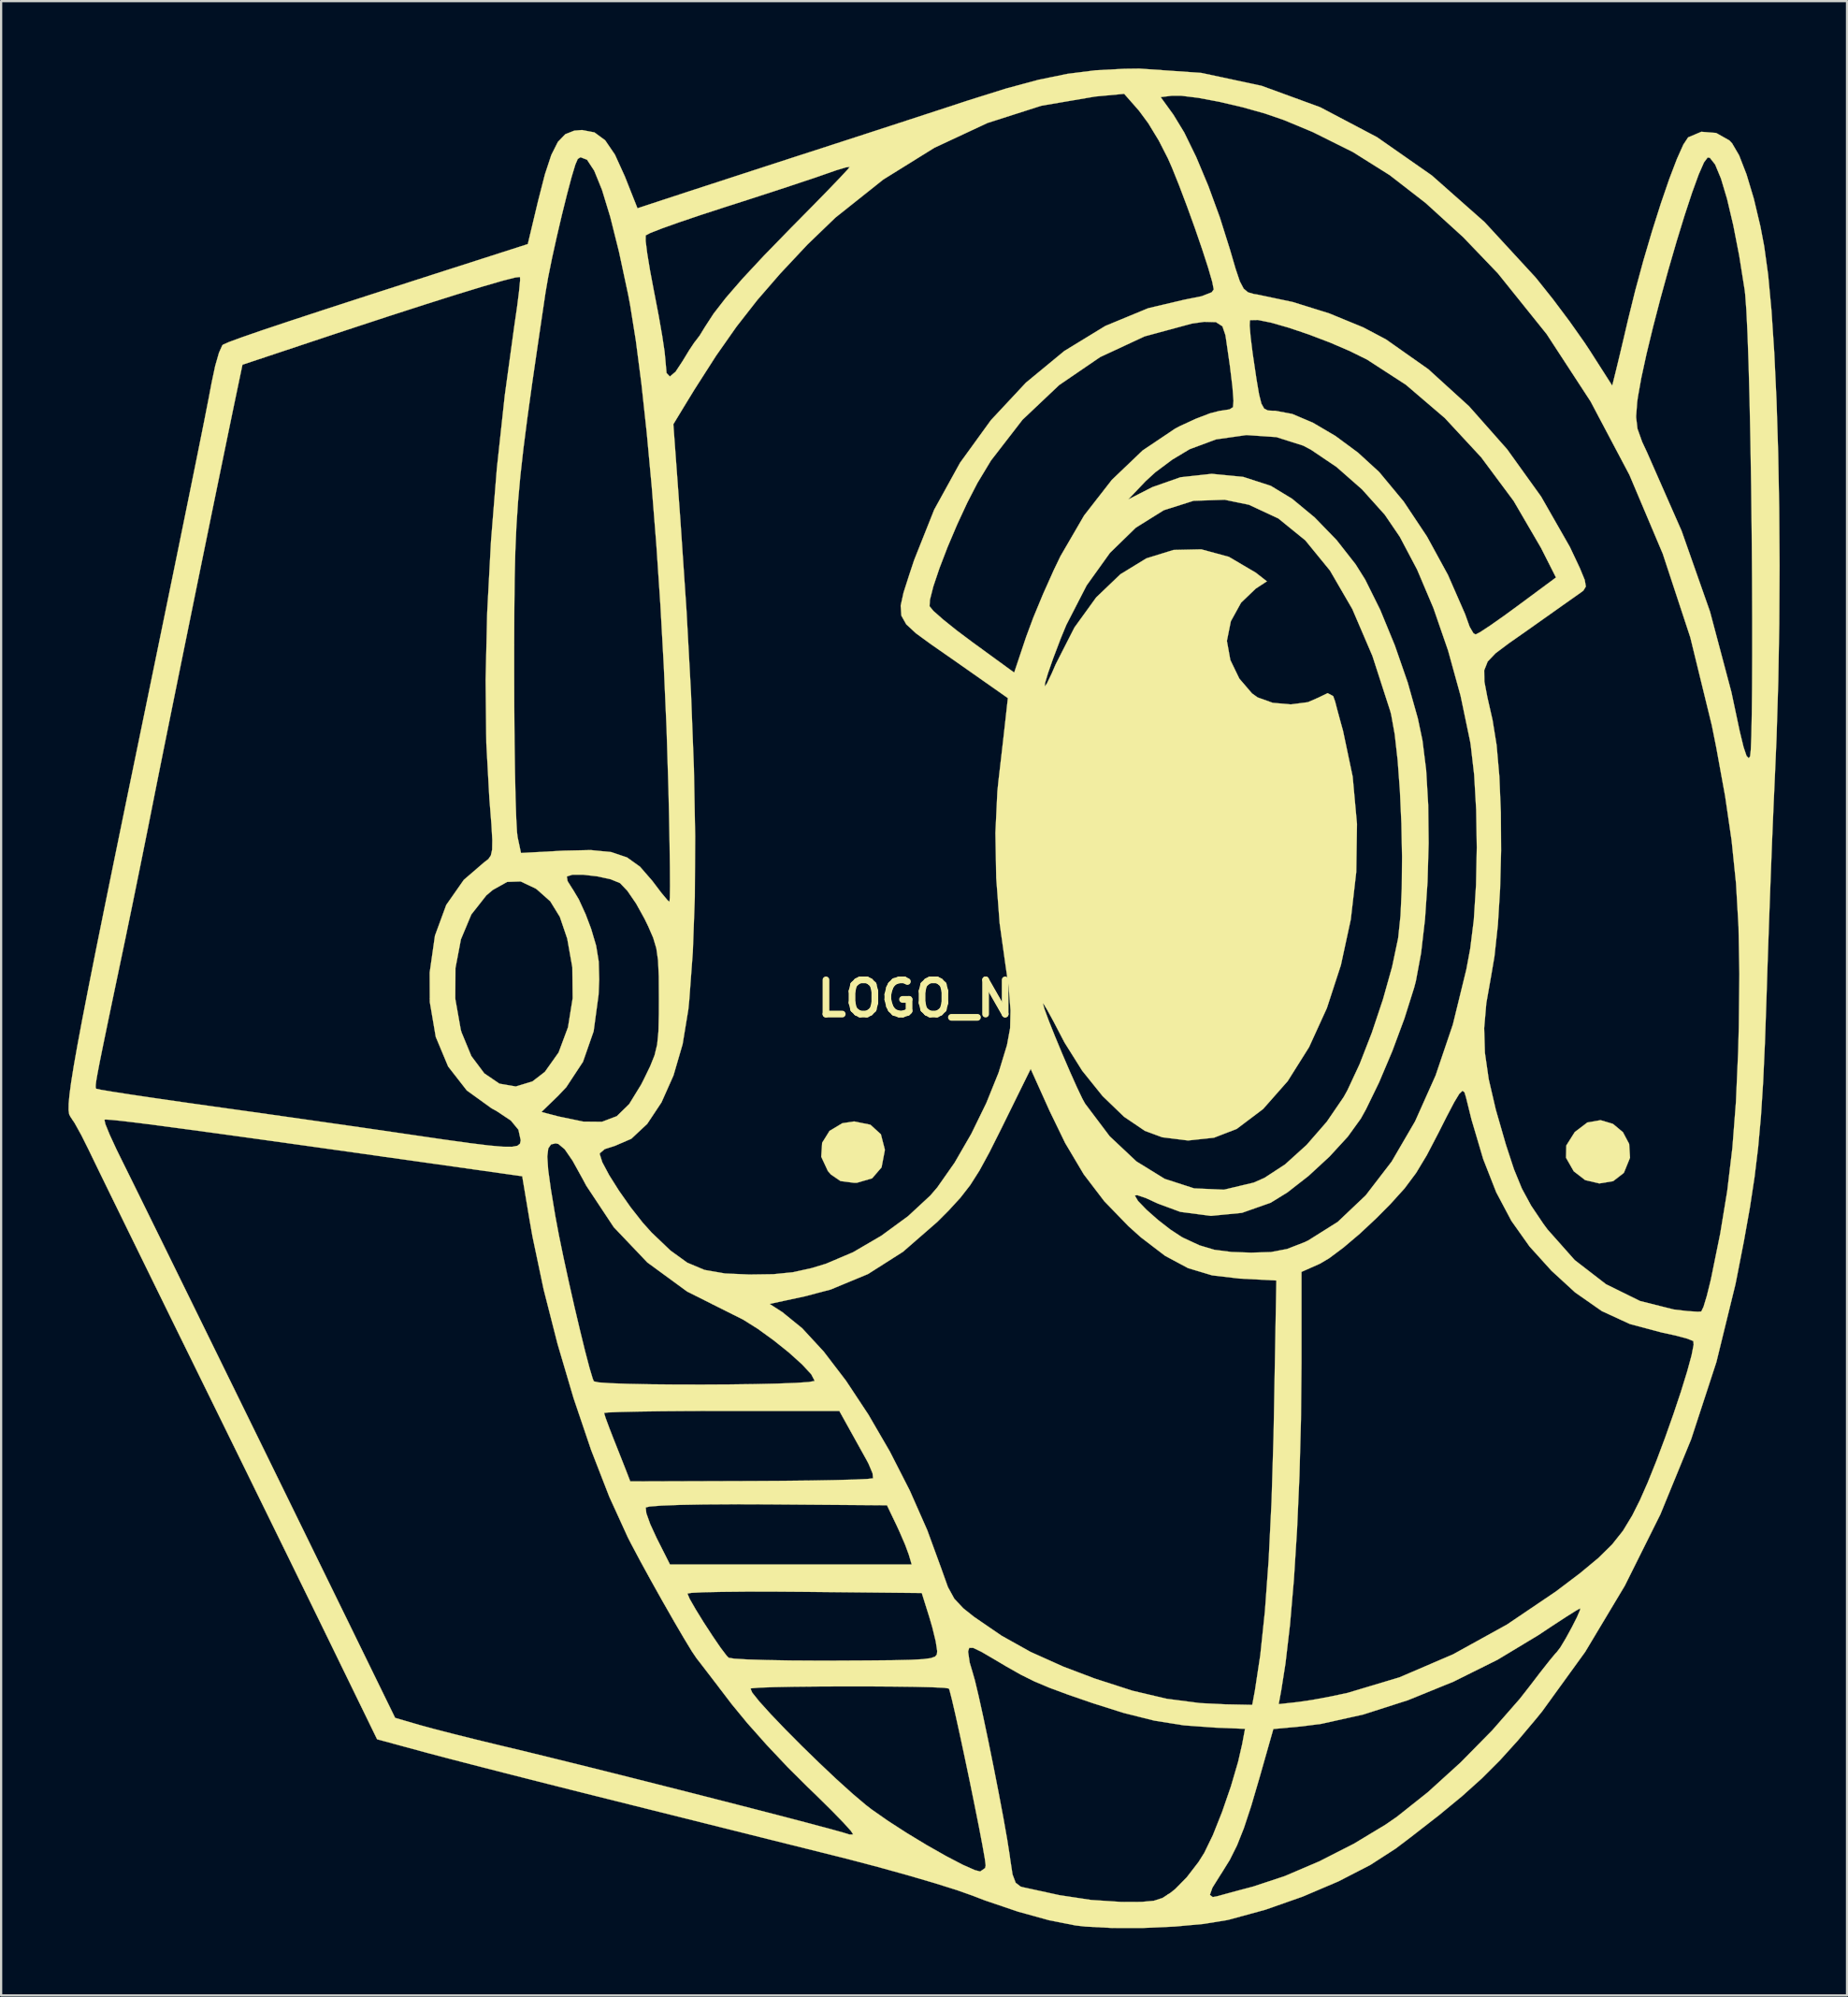
<source format=kicad_pcb>
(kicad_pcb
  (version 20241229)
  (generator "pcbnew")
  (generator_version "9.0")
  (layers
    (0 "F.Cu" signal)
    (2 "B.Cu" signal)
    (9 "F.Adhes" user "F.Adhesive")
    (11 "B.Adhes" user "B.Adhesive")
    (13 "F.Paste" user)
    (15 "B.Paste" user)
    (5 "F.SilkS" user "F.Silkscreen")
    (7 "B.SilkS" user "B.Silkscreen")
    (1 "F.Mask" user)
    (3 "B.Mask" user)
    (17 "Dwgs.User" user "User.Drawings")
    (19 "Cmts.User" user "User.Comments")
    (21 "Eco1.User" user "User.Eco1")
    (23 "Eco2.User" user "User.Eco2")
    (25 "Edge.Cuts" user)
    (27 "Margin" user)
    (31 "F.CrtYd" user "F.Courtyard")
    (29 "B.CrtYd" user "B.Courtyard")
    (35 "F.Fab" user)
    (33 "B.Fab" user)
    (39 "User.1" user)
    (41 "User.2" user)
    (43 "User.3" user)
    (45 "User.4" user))
  (footprint "LOGO_NEW"
    (layer "F.Cu")
    (at 39.295 41.427)
    (property "Reference" "LOGO_NEW" (at 0 0 0) (layer "F.SilkS") (effects (font (size 1.524 1.524) (thickness 0.3))))
    (attr through_hole)
    (fp_poly (pts (xy -3.57 5.619) (xy -3.105 6.043) (xy -2.931 6.717) (xy -2.931 6.762) (xy -3.075 7.518) (xy -3.494 8.005) (xy -4.171 8.203) (xy -4.295 8.206) (xy -4.905 8.127) (xy -5.336 7.832) (xy -5.468 7.677) (xy -5.762 7.045) (xy -5.721 6.42) (xy -5.393 5.892) (xy -4.823 5.551) (xy -4.298 5.471) (xy -3.57 5.619)) (stroke (width 0.01) (type solid)) (fill yes) (layer "F.SilkS"))
    (fp_poly (pts (xy 29.504 5.579) (xy 29.951 5.95) (xy 30.228 6.472) (xy 30.266 7.089) (xy 30 7.744) (xy 29.98 7.772) (xy 29.516 8.131) (xy 28.898 8.233) (xy 28.266 8.083) (xy 27.759 7.691) (xy 27.415 7.089) (xy 27.428 6.542) (xy 27.801 5.95) (xy 27.81 5.939) (xy 28.366 5.517) (xy 28.953 5.415) (xy 29.504 5.579)) (stroke (width 0.01) (type solid)) (fill yes) (layer "F.SilkS"))
    (fp_poly (pts (xy 11.167 -41.23) (xy 13.855 -40.655) (xy 16.466 -39.701) (xy 18.995 -38.369) (xy 21.438 -36.663) (xy 23.789 -34.584) (xy 26.045 -32.135) (xy 26.122 -32.043) (xy 26.832 -31.153) (xy 27.575 -30.162) (xy 28.234 -29.228) (xy 28.489 -28.842) (xy 29.474 -27.301) (xy 29.662 -28.06) (xy 29.802 -28.64) (xy 29.989 -29.429) (xy 30.183 -30.257) (xy 30.5 -31.541) (xy 30.861 -32.868) (xy 31.247 -34.177) (xy 31.638 -35.409) (xy 32.014 -36.503) (xy 32.356 -37.399) (xy 32.642 -38.038) (xy 32.854 -38.358) (xy 32.857 -38.36) (xy 33.443 -38.608) (xy 34.104 -38.555) (xy 34.692 -38.223) (xy 34.812 -38.096) (xy 35.126 -37.559) (xy 35.456 -36.71) (xy 35.781 -35.628) (xy 36.075 -34.391) (xy 36.243 -33.508) (xy 36.418 -32.244) (xy 36.568 -30.641) (xy 36.693 -28.747) (xy 36.793 -26.615) (xy 36.866 -24.294) (xy 36.911 -21.834) (xy 36.928 -19.286) (xy 36.914 -16.699) (xy 36.87 -14.126) (xy 36.793 -11.615) (xy 36.722 -9.965) (xy 36.663 -8.659) (xy 36.596 -7.066) (xy 36.527 -5.287) (xy 36.459 -3.427) (xy 36.395 -1.588) (xy 36.347 -0.098) (xy 36.276 1.962) (xy 36.196 3.714) (xy 36.098 5.242) (xy 35.973 6.629) (xy 35.812 7.959) (xy 35.605 9.314) (xy 35.344 10.779) (xy 35.02 12.437) (xy 34.962 12.727) (xy 34.113 16.192) (xy 32.989 19.629) (xy 31.619 22.971) (xy 30.035 26.15) (xy 28.268 29.1) (xy 26.348 31.752) (xy 26.112 32.043) (xy 25.262 33.053) (xy 24.472 33.926) (xy 23.67 34.728) (xy 22.787 35.522) (xy 21.752 36.375) (xy 20.496 37.352) (xy 19.83 37.856) (xy 18.695 38.589) (xy 17.279 39.318) (xy 15.688 39.996) (xy 14.029 40.579) (xy 12.409 41.022) (xy 12.309 41.045) (xy 11.273 41.213) (xy 9.986 41.331) (xy 8.588 41.393) (xy 7.217 41.395) (xy 6.011 41.332) (xy 5.568 41.282) (xy 4.392 41.051) (xy 3.001 40.666) (xy 1.526 40.165) (xy 0.977 39.954) (xy 0.282 39.708) (xy -0.708 39.397) (xy -1.909 39.045) (xy -3.235 38.677) (xy -4.601 38.318) (xy -4.982 38.222) (xy -6.343 37.882) (xy -7.982 37.473) (xy -9.797 37.019) (xy -11.687 36.546) (xy -13.552 36.08) (xy -15.24 35.658) (xy -16.833 35.259) (xy -18.414 34.859) (xy -19.914 34.478) (xy -21.262 34.132) (xy -22.388 33.84) (xy -23.222 33.62) (xy -23.373 33.579) (xy -25.547 32.989) (xy -27.61 28.755) (xy -28.143 27.662) (xy -28.819 26.28) (xy -29.606 24.671) (xy -30.476 22.897) (xy -31.397 21.018) (xy -32.34 19.097) (xy -33.274 17.196) (xy -33.755 16.217) (xy -34.6 14.498) (xy -35.409 12.848) (xy -36.163 11.31) (xy -36.842 9.923) (xy -37.426 8.73) (xy -37.895 7.769) (xy -38.228 7.083) (xy -38.393 6.741) (xy -38.721 6.084) (xy -39.023 5.54) (xy -39.12 5.394) (xy -37.695 5.394) (xy -37.65 5.592) (xy -37.461 6.056) (xy -37.162 6.704) (xy -36.975 7.085) (xy -36.706 7.628) (xy -36.283 8.485) (xy -35.725 9.619) (xy -35.049 10.993) (xy -34.275 12.57) (xy -33.42 14.312) (xy -32.502 16.183) (xy -31.54 18.145) (xy -30.551 20.162) (xy -29.555 22.196) (xy -28.569 24.211) (xy -27.611 26.169) (xy -26.77 27.888) (xy -24.743 32.036) (xy -23.655 32.353) (xy -23.056 32.517) (xy -22.184 32.742) (xy -21.147 33.001) (xy -20.054 33.266) (xy -19.832 33.319) (xy -18.782 33.571) (xy -17.538 33.876) (xy -16.148 34.22) (xy -14.659 34.592) (xy -13.117 34.981) (xy -11.569 35.373) (xy -10.063 35.758) (xy -8.645 36.122) (xy -7.363 36.454) (xy -6.263 36.743) (xy -5.393 36.975) (xy -4.799 37.14) (xy -4.528 37.224) (xy -4.517 37.23) (xy -4.339 37.229) (xy -4.441 37.07) (xy -4.781 36.694) (xy -5.313 36.148) (xy -5.989 35.481) (xy -6.356 35.128) (xy -7.257 34.232) (xy -8.193 33.24) (xy -9.058 32.267) (xy -9.747 31.429) (xy -9.801 31.359) (xy -10.279 30.732) (xy -8.914 30.732) (xy -8.835 30.913) (xy -8.518 31.308) (xy -8.012 31.868) (xy -7.365 32.544) (xy -6.629 33.285) (xy -5.851 34.042) (xy -5.083 34.767) (xy -4.373 35.408) (xy -3.771 35.918) (xy -3.525 36.108) (xy -2.784 36.626) (xy -1.931 37.176) (xy -1.043 37.713) (xy -0.194 38.194) (xy 0.54 38.577) (xy 1.082 38.817) (xy 1.319 38.878) (xy 1.538 38.725) (xy 1.563 38.605) (xy 1.525 38.307) (xy 1.42 37.714) (xy 1.264 36.896) (xy 1.07 35.925) (xy 0.855 34.87) (xy 0.631 33.802) (xy 0.415 32.792) (xy 0.22 31.911) (xy 0.062 31.229) (xy -0.044 30.816) (xy -0.078 30.728) (xy -0.296 30.697) (xy -0.836 30.672) (xy -1.629 30.653) (xy -2.608 30.641) (xy -3.702 30.634) (xy -4.845 30.634) (xy -5.966 30.639) (xy -6.998 30.65) (xy -7.872 30.667) (xy -8.519 30.69) (xy -8.871 30.719) (xy -8.914 30.732) (xy -10.279 30.732) (xy -10.354 30.633) (xy -10.83 30.012) (xy -11.173 29.566) (xy -11.318 29.381) (xy -11.526 29.072) (xy -11.876 28.495) (xy -12.324 27.729) (xy -12.827 26.849) (xy -13.023 26.499) (xy -11.723 26.499) (xy -11.622 26.737) (xy -11.359 27.196) (xy -11 27.778) (xy -10.606 28.383) (xy -10.243 28.914) (xy -9.972 29.271) (xy -9.886 29.358) (xy -9.637 29.399) (xy -9.055 29.434) (xy -8.197 29.461) (xy -7.122 29.48) (xy -5.887 29.487) (xy -5.129 29.486) (xy -3.685 29.479) (xy -2.585 29.469) (xy -1.782 29.451) (xy -1.23 29.421) (xy -0.882 29.375) (xy -0.692 29.307) (xy -0.613 29.214) (xy -0.599 29.102) (xy 0.782 29.102) (xy 0.851 29.575) (xy 0.97 29.973) (xy 1.083 30.366) (xy 1.25 31.067) (xy 1.456 31.999) (xy 1.685 33.086) (xy 1.921 34.251) (xy 2.149 35.417) (xy 2.355 36.508) (xy 2.521 37.447) (xy 2.633 38.157) (xy 2.658 38.347) (xy 2.76 39.011) (xy 2.899 39.379) (xy 3.116 39.548) (xy 3.202 39.574) (xy 4.849 39.933) (xy 6.261 40.146) (xy 7.56 40.231) (xy 7.722 40.234) (xy 8.524 40.231) (xy 9.056 40.182) (xy 9.441 40.057) (xy 9.652 39.92) (xy 11.55 39.92) (xy 11.679 40.018) (xy 11.87 39.983) (xy 12.229 39.884) (xy 12.83 39.721) (xy 13.482 39.548) (xy 14.879 39.086) (xy 16.422 38.427) (xy 17.969 37.639) (xy 19.378 36.789) (xy 19.881 36.442) (xy 21.264 35.343) (xy 22.717 34.023) (xy 24.119 32.6) (xy 25.349 31.195) (xy 25.757 30.675) (xy 26.254 30.026) (xy 26.668 29.5) (xy 26.94 29.172) (xy 27.005 29.105) (xy 27.162 28.898) (xy 27.405 28.493) (xy 27.673 28.004) (xy 27.905 27.546) (xy 28.04 27.232) (xy 28.045 27.158) (xy 27.861 27.26) (xy 27.421 27.537) (xy 26.797 27.944) (xy 26.179 28.354) (xy 24.368 29.446) (xy 22.401 30.424) (xy 20.371 31.25) (xy 18.376 31.889) (xy 16.509 32.303) (xy 15.639 32.415) (xy 14.378 32.532) (xy 13.767 34.681) (xy 13.391 35.962) (xy 13.066 36.946) (xy 12.76 37.717) (xy 12.438 38.361) (xy 12.066 38.961) (xy 12.031 39.013) (xy 11.665 39.597) (xy 11.55 39.92) (xy 9.652 39.92) (xy 9.798 39.825) (xy 10.006 39.659) (xy 10.517 39.14) (xy 11.042 38.459) (xy 11.301 38.047) (xy 11.685 37.256) (xy 12.096 36.222) (xy 12.488 35.085) (xy 12.81 33.986) (xy 12.989 33.207) (xy 13.117 32.524) (xy 11.785 32.471) (xy 10.393 32.369) (xy 9.08 32.16) (xy 7.7 31.814) (xy 6.329 31.38) (xy 5.231 31.001) (xy 4.401 30.694) (xy 3.735 30.413) (xy 3.126 30.111) (xy 2.472 29.741) (xy 2.003 29.462) (xy 1.374 29.094) (xy 1.006 28.919) (xy 0.831 28.917) (xy 0.782 29.068) (xy 0.782 29.102) (xy -0.599 29.102) (xy -0.597 29.09) (xy -0.598 29.045) (xy -0.662 28.628) (xy -0.814 28.004) (xy -0.947 27.549) (xy -1.284 26.475) (xy -6.503 26.423) (xy -7.886 26.413) (xy -9.13 26.414) (xy -10.187 26.424) (xy -11.005 26.441) (xy -11.534 26.467) (xy -11.723 26.499) (xy -11.723 26.499) (xy -13.023 26.499) (xy -13.34 25.933) (xy -13.82 25.058) (xy -14.223 24.3) (xy -14.375 24.004) (xy -14.986 22.665) (xy -13.58 22.665) (xy -13.554 22.918) (xy -13.379 23.408) (xy -13.095 24.025) (xy -12.499 25.205) (xy -1.732 25.205) (xy -1.862 24.765) (xy -2.024 24.326) (xy -2.284 23.725) (xy -2.413 23.446) (xy -2.834 22.567) (xy -8.151 22.527) (xy -9.644 22.522) (xy -10.96 22.53) (xy -12.056 22.55) (xy -12.887 22.582) (xy -13.41 22.623) (xy -13.58 22.665) (xy -14.986 22.665) (xy -15.199 22.2) (xy -16.015 20.1) (xy -16.571 18.457) (xy -15.435 18.457) (xy -15.369 18.673) (xy -15.197 19.138) (xy -15.025 19.58) (xy -14.763 20.24) (xy -14.536 20.815) (xy -14.441 21.058) (xy -14.269 21.503) (xy -8.914 21.486) (xy -7.506 21.478) (xy -6.23 21.464) (xy -5.135 21.444) (xy -4.274 21.421) (xy -3.698 21.394) (xy -3.457 21.366) (xy -3.454 21.364) (xy -3.475 21.146) (xy -3.652 20.724) (xy -3.746 20.546) (xy -4.119 19.874) (xy -4.507 19.175) (xy -4.549 19.099) (xy -4.957 18.366) (xy -10.196 18.366) (xy -11.581 18.369) (xy -12.829 18.378) (xy -13.888 18.393) (xy -14.71 18.411) (xy -15.242 18.432) (xy -15.435 18.456) (xy -15.435 18.457) (xy -16.571 18.457) (xy -16.795 17.796) (xy -17.508 15.383) (xy -18.128 12.954) (xy -18.624 10.602) (xy -18.754 9.867) (xy -19.082 7.913) (xy -23.462 7.294) (xy -25.325 7.031) (xy -17.965 7.031) (xy -17.927 7.618) (xy -17.807 8.486) (xy -17.608 9.685) (xy -17.601 9.722) (xy -17.448 10.537) (xy -17.245 11.524) (xy -17.009 12.608) (xy -16.758 13.717) (xy -16.508 14.776) (xy -16.278 15.714) (xy -16.083 16.455) (xy -15.941 16.928) (xy -15.891 17.047) (xy -15.678 17.094) (xy -15.143 17.131) (xy -14.349 17.159) (xy -13.361 17.179) (xy -12.241 17.189) (xy -11.053 17.191) (xy -9.862 17.185) (xy -8.729 17.17) (xy -7.72 17.147) (xy -6.897 17.116) (xy -6.324 17.078) (xy -6.065 17.032) (xy -6.057 17.021) (xy -6.209 16.732) (xy -6.614 16.295) (xy -7.196 15.77) (xy -7.88 15.221) (xy -8.588 14.709) (xy -9.245 14.296) (xy -9.679 14.08) (xy -10.637 13.599) (xy -8.061 13.599) (xy -7.498 13.962) (xy -6.611 14.682) (xy -5.652 15.72) (xy -4.658 17.02) (xy -3.664 18.523) (xy -2.706 20.171) (xy -1.819 21.908) (xy -1.039 23.675) (xy -0.402 25.416) (xy -0.388 25.457) (xy -0.118 26.211) (xy 0.166 26.728) (xy 0.565 27.154) (xy 1.045 27.536) (xy 2.271 28.376) (xy 3.559 29.096) (xy 5.028 29.756) (xy 6.411 30.28) (xy 8.107 30.828) (xy 9.625 31.185) (xy 11.112 31.378) (xy 12.239 31.433) (xy 13.438 31.457) (xy 13.444 31.425) (xy 14.616 31.425) (xy 15.466 31.331) (xy 16.107 31.237) (xy 16.936 31.083) (xy 17.682 30.924) (xy 19.997 30.23) (xy 22.386 29.204) (xy 24.786 27.878) (xy 26.963 26.407) (xy 28.042 25.591) (xy 28.857 24.914) (xy 29.472 24.308) (xy 29.953 23.701) (xy 30.364 23.023) (xy 30.709 22.335) (xy 31.058 21.544) (xy 31.438 20.599) (xy 31.825 19.566) (xy 32.198 18.512) (xy 32.535 17.504) (xy 32.812 16.607) (xy 33.008 15.888) (xy 33.101 15.413) (xy 33.086 15.254) (xy 32.821 15.147) (xy 32.291 15.005) (xy 31.682 14.873) (xy 30.26 14.494) (xy 29.009 13.918) (xy 27.821 13.088) (xy 26.766 12.12) (xy 25.789 11.039) (xy 24.981 9.899) (xy 24.306 8.626) (xy 23.726 7.147) (xy 23.205 5.387) (xy 22.96 4.396) (xy 22.892 4.173) (xy 22.804 4.106) (xy 22.663 4.238) (xy 22.439 4.608) (xy 22.098 5.257) (xy 21.744 5.959) (xy 21.212 6.979) (xy 20.737 7.766) (xy 20.227 8.45) (xy 19.586 9.159) (xy 18.978 9.772) (xy 18.232 10.47) (xy 17.497 11.092) (xy 16.861 11.567) (xy 16.461 11.804) (xy 15.631 12.173) (xy 15.631 16.225) (xy 15.608 18.749) (xy 15.541 21.237) (xy 15.435 23.629) (xy 15.294 25.864) (xy 15.12 27.88) (xy 14.917 29.618) (xy 14.73 30.806) (xy 14.616 31.425) (xy 13.444 31.425) (xy 13.556 30.822) (xy 13.797 29.235) (xy 14.002 27.285) (xy 14.17 24.995) (xy 14.298 22.392) (xy 14.386 19.501) (xy 14.401 18.734) (xy 14.512 12.556) (xy 12.871 12.47) (xy 11.65 12.327) (xy 10.576 12.004) (xy 9.553 11.456) (xy 8.481 10.637) (xy 7.92 10.134) (xy 6.847 9.026) (xy 5.932 7.827) (xy 5.104 6.433) (xy 4.411 5.004) (xy 3.568 3.132) (xy 2.268 5.772) (xy 1.728 6.849) (xy 1.285 7.662) (xy 0.877 8.304) (xy 0.44 8.866) (xy -0.088 9.442) (xy -0.591 9.946) (xy -2.121 11.278) (xy -3.676 12.267) (xy -5.335 12.956) (xy -6.472 13.257) (xy -8.061 13.599) (xy -10.637 13.599) (xy -11.736 13.048) (xy -13.509 11.752) (xy -15.003 10.183) (xy -16.228 8.334) (xy -16.378 8.054) (xy -16.838 7.222) (xy -17.045 6.921) (xy -15.631 6.921) (xy -15.515 7.288) (xy -15.207 7.866) (xy -14.765 8.566) (xy -14.248 9.3) (xy -13.713 9.98) (xy -13.323 10.415) (xy -12.477 11.222) (xy -11.731 11.761) (xy -10.963 12.084) (xy -10.05 12.243) (xy -8.964 12.29) (xy -7.888 12.275) (xy -7.023 12.188) (xy -6.193 12.004) (xy -5.551 11.809) (xy -4.347 11.298) (xy -3.086 10.562) (xy -1.895 9.691) (xy -0.906 8.774) (xy -0.596 8.414) (xy 0.178 7.31) (xy 0.923 6.021) (xy 1.592 4.65) (xy 2.138 3.299) (xy 2.513 2.07) (xy 2.652 1.318) (xy 2.67 0.522) (xy 2.646 0.212) (xy 4.113 0.212) (xy 4.18 0.46) (xy 4.37 0.975) (xy 4.647 1.67) (xy 4.973 2.454) (xy 5.311 3.24) (xy 5.623 3.938) (xy 5.872 4.461) (xy 5.992 4.678) (xy 7.087 6.131) (xy 8.278 7.251) (xy 9.54 8.029) (xy 10.848 8.452) (xy 12.177 8.511) (xy 13.501 8.196) (xy 13.986 7.982) (xy 14.902 7.383) (xy 15.858 6.518) (xy 16.758 5.485) (xy 17.509 4.386) (xy 17.678 4.082) (xy 18.22 2.92) (xy 18.764 1.522) (xy 19.262 0.031) (xy 19.667 -1.411) (xy 19.931 -2.661) (xy 19.941 -2.721) (xy 20.043 -3.697) (xy 20.099 -4.927) (xy 20.111 -6.322) (xy 20.082 -7.794) (xy 20.016 -9.252) (xy 19.916 -10.607) (xy 19.785 -11.77) (xy 19.626 -12.652) (xy 19.588 -12.798) (xy 18.791 -15.262) (xy 17.895 -17.351) (xy 16.9 -19.065) (xy 15.802 -20.409) (xy 14.6 -21.385) (xy 13.291 -21.995) (xy 12.209 -22.218) (xy 10.823 -22.172) (xy 9.498 -21.752) (xy 8.251 -20.974) (xy 7.1 -19.853) (xy 6.062 -18.405) (xy 5.156 -16.643) (xy 4.905 -16.036) (xy 4.575 -15.168) (xy 4.342 -14.503) (xy 4.212 -14.07) (xy 4.191 -13.901) (xy 4.285 -14.023) (xy 4.499 -14.468) (xy 4.683 -14.892) (xy 5.517 -16.529) (xy 6.486 -17.869) (xy 7.564 -18.9) (xy 8.723 -19.609) (xy 9.933 -19.983) (xy 11.167 -20.01) (xy 12.396 -19.677) (xy 13.594 -18.972) (xy 13.639 -18.937) (xy 14.09 -18.585) (xy 13.594 -18.26) (xy 12.941 -17.634) (xy 12.484 -16.806) (xy 12.309 -15.936) (xy 12.309 -15.927) (xy 12.462 -15.081) (xy 12.863 -14.252) (xy 13.428 -13.593) (xy 13.677 -13.415) (xy 14.35 -13.174) (xy 15.154 -13.103) (xy 15.916 -13.202) (xy 16.381 -13.404) (xy 16.797 -13.605) (xy 17.043 -13.474) (xy 17.13 -13.232) (xy 17.21 -12.921) (xy 17.358 -12.374) (xy 17.482 -11.926) (xy 17.911 -9.89) (xy 18.103 -7.779) (xy 18.071 -5.642) (xy 17.828 -3.529) (xy 17.387 -1.491) (xy 16.763 0.423) (xy 15.969 2.163) (xy 15.017 3.677) (xy 13.922 4.918) (xy 12.746 5.805) (xy 11.733 6.196) (xy 10.578 6.32) (xy 9.426 6.176) (xy 8.655 5.891) (xy 7.727 5.263) (xy 6.772 4.343) (xy 5.864 3.214) (xy 5.079 1.963) (xy 4.947 1.712) (xy 4.59 1.026) (xy 4.308 0.51) (xy 4.142 0.235) (xy 4.113 0.212) (xy 2.646 0.212) (xy 2.591 -0.498) (xy 2.45 -1.465) (xy 2.186 -3.35) (xy 2.033 -5.374) (xy 1.997 -7.382) (xy 2.084 -9.219) (xy 2.13 -9.672) (xy 2.24 -10.619) (xy 2.344 -11.526) (xy 2.426 -12.253) (xy 2.454 -12.505) (xy 2.552 -13.384) (xy 0.092 -15.11) (xy -0.863 -15.774) (xy -1.542 -16.269) (xy -1.976 -16.671) (xy -2.193 -17.057) (xy -2.221 -17.475) (xy -0.937 -17.475) (xy -0.764 -17.266) (xy -0.336 -16.888) (xy 0.28 -16.394) (xy 0.977 -15.872) (xy 2.833 -14.521) (xy 3.362 -16.102) (xy 3.684 -16.969) (xy 4.12 -18.021) (xy 4.603 -19.099) (xy 4.895 -19.706) (xy 5.948 -21.518) (xy 6.504 -22.232) (xy 7.913 -22.232) (xy 8.988 -22.781) (xy 10.239 -23.22) (xy 11.631 -23.373) (xy 13.034 -23.237) (xy 14.263 -22.839) (xy 15.211 -22.265) (xy 16.22 -21.429) (xy 17.195 -20.424) (xy 18.041 -19.345) (xy 18.468 -18.665) (xy 19.139 -17.314) (xy 19.789 -15.733) (xy 20.365 -14.073) (xy 20.813 -12.483) (xy 21.02 -11.502) (xy 21.185 -10.18) (xy 21.276 -8.622) (xy 21.295 -6.929) (xy 21.246 -5.199) (xy 21.133 -3.532) (xy 20.958 -2.025) (xy 20.726 -0.778) (xy 20.65 -0.488) (xy 20.216 0.888) (xy 19.677 2.339) (xy 19.088 3.732) (xy 18.504 4.932) (xy 18.273 5.348) (xy 17.693 6.151) (xy 16.88 7.036) (xy 15.946 7.898) (xy 15.001 8.635) (xy 14.257 9.093) (xy 12.979 9.543) (xy 11.598 9.678) (xy 10.233 9.499) (xy 9.232 9.129) (xy 8.689 8.88) (xy 8.317 8.755) (xy 8.206 8.769) (xy 8.351 9.014) (xy 8.724 9.401) (xy 9.232 9.85) (xy 9.783 10.28) (xy 10.284 10.609) (xy 10.371 10.657) (xy 11.087 10.989) (xy 11.75 11.187) (xy 12.514 11.285) (xy 13.384 11.315) (xy 14.274 11.288) (xy 14.989 11.152) (xy 15.742 10.86) (xy 15.924 10.776) (xy 17.245 9.946) (xy 18.492 8.763) (xy 19.647 7.26) (xy 20.691 5.469) (xy 21.606 3.423) (xy 22.374 1.156) (xy 22.975 -1.298) (xy 23.148 -2.224) (xy 23.308 -3.509) (xy 23.406 -5.052) (xy 23.441 -6.728) (xy 23.413 -8.41) (xy 23.323 -9.975) (xy 23.17 -11.296) (xy 23.144 -11.453) (xy 22.717 -13.493) (xy 22.163 -15.498) (xy 21.508 -17.395) (xy 20.781 -19.11) (xy 20.01 -20.569) (xy 19.34 -21.553) (xy 18.33 -22.678) (xy 17.194 -23.676) (xy 16.053 -24.447) (xy 15.707 -24.629) (xy 14.511 -25.009) (xy 13.178 -25.1) (xy 11.826 -24.907) (xy 10.648 -24.469) (xy 9.88 -24.008) (xy 9.125 -23.445) (xy 8.695 -23.052) (xy 7.913 -22.232) (xy 6.504 -22.232) (xy 7.184 -23.105) (xy 8.554 -24.414) (xy 10.012 -25.393) (xy 10.211 -25.497) (xy 10.926 -25.826) (xy 11.56 -26.069) (xy 11.99 -26.179) (xy 12.031 -26.182) (xy 12.424 -26.243) (xy 12.58 -26.341) (xy 12.603 -26.621) (xy 12.556 -27.245) (xy 12.444 -28.172) (xy 12.272 -29.362) (xy 12.242 -29.554) (xy 12.11 -29.942) (xy 12.046 -29.984) (xy 13.322 -29.984) (xy 13.364 -29.479) (xy 13.45 -28.785) (xy 13.478 -28.591) (xy 13.626 -27.591) (xy 13.741 -26.915) (xy 13.846 -26.499) (xy 13.969 -26.28) (xy 14.136 -26.195) (xy 14.371 -26.181) (xy 14.467 -26.182) (xy 15.22 -26.04) (xy 16.141 -25.65) (xy 17.144 -25.06) (xy 18.146 -24.32) (xy 19.063 -23.481) (xy 19.114 -23.428) (xy 20.184 -22.139) (xy 21.222 -20.58) (xy 22.156 -18.87) (xy 22.918 -17.129) (xy 23.123 -16.559) (xy 23.291 -16.272) (xy 23.391 -16.219) (xy 23.601 -16.329) (xy 24.053 -16.627) (xy 24.674 -17.064) (xy 25.256 -17.489) (xy 26.968 -18.757) (xy 26.3 -20.076) (xy 25.083 -22.163) (xy 23.635 -24.111) (xy 22.015 -25.858) (xy 20.282 -27.34) (xy 18.554 -28.46) (xy 17.784 -28.841) (xy 16.896 -29.222) (xy 15.965 -29.577) (xy 15.068 -29.88) (xy 14.284 -30.105) (xy 13.688 -30.226) (xy 13.359 -30.219) (xy 13.334 -30.202) (xy 13.322 -29.984) (xy 12.046 -29.984) (xy 11.82 -30.13) (xy 11.293 -30.143) (xy 10.746 -30.064) (xy 8.647 -29.496) (xy 6.665 -28.574) (xy 4.837 -27.326) (xy 3.203 -25.78) (xy 1.799 -23.964) (xy 1.198 -22.968) (xy 0.744 -22.089) (xy 0.291 -21.112) (xy -0.133 -20.113) (xy -0.496 -19.169) (xy -0.769 -18.357) (xy -0.922 -17.756) (xy -0.937 -17.475) (xy -2.221 -17.475) (xy -2.223 -17.502) (xy -2.096 -18.082) (xy -1.842 -18.874) (xy -1.624 -19.531) (xy -0.73 -21.777) (xy 0.421 -23.865) (xy 1.795 -25.762) (xy 3.355 -27.433) (xy 5.066 -28.844) (xy 6.893 -29.96) (xy 8.801 -30.749) (xy 10.404 -31.127) (xy 11.185 -31.284) (xy 11.629 -31.458) (xy 11.723 -31.584) (xy 11.656 -31.925) (xy 11.475 -32.548) (xy 11.208 -33.371) (xy 10.885 -34.312) (xy 10.532 -35.288) (xy 10.181 -36.217) (xy 9.858 -37.019) (xy 9.682 -37.42) (xy 9.275 -38.216) (xy 8.81 -38.981) (xy 8.394 -39.545) (xy 7.861 -40.152) (xy 9.359 -40.152) (xy 9.925 -39.37) (xy 10.408 -38.577) (xy 10.939 -37.49) (xy 11.481 -36.197) (xy 11.997 -34.786) (xy 12.445 -33.363) (xy 12.697 -32.503) (xy 12.885 -31.946) (xy 13.055 -31.622) (xy 13.249 -31.458) (xy 13.512 -31.382) (xy 13.677 -31.356) (xy 15.24 -31.026) (xy 16.862 -30.521) (xy 18.381 -29.897) (xy 19.393 -29.363) (xy 21.279 -28.035) (xy 23.097 -26.382) (xy 24.791 -24.468) (xy 26.306 -22.359) (xy 27.586 -20.119) (xy 28.032 -19.174) (xy 28.249 -18.648) (xy 28.299 -18.354) (xy 28.19 -18.173) (xy 28.094 -18.1) (xy 27.82 -17.906) (xy 27.298 -17.538) (xy 26.602 -17.045) (xy 25.803 -16.48) (xy 25.708 -16.412) (xy 24.858 -15.817) (xy 24.276 -15.38) (xy 23.925 -15.011) (xy 23.771 -14.621) (xy 23.779 -14.119) (xy 23.913 -13.416) (xy 24.139 -12.423) (xy 24.143 -12.407) (xy 24.323 -11.292) (xy 24.446 -9.888) (xy 24.512 -8.289) (xy 24.523 -6.592) (xy 24.479 -4.894) (xy 24.38 -3.29) (xy 24.227 -1.878) (xy 24.081 -1.019) (xy 23.865 0.203) (xy 23.769 1.316) (xy 23.802 2.415) (xy 23.972 3.593) (xy 24.286 4.942) (xy 24.737 6.506) (xy 25.097 7.602) (xy 25.448 8.459) (xy 25.861 9.221) (xy 26.406 10.03) (xy 26.589 10.279) (xy 27.804 11.647) (xy 29.196 12.721) (xy 30.712 13.469) (xy 32.217 13.847) (xy 32.837 13.919) (xy 33.289 13.947) (xy 33.44 13.935) (xy 33.54 13.728) (xy 33.688 13.238) (xy 33.855 12.564) (xy 33.879 12.456) (xy 34.285 10.463) (xy 34.597 8.565) (xy 34.826 6.652) (xy 34.984 4.617) (xy 35.084 2.348) (xy 35.112 1.27) (xy 35.138 -1.098) (xy 35.1 -3.196) (xy 34.988 -5.138) (xy 34.792 -7.042) (xy 34.502 -9.022) (xy 34.106 -11.196) (xy 33.91 -12.171) (xy 32.952 -16.087) (xy 31.724 -19.814) (xy 30.239 -23.326) (xy 28.872 -25.91) (xy 30.536 -25.91) (xy 30.598 -25.382) (xy 30.806 -24.799) (xy 31.027 -24.325) (xy 32.566 -20.827) (xy 33.83 -17.233) (xy 34.781 -13.656) (xy 34.926 -12.974) (xy 35.152 -11.91) (xy 35.325 -11.199) (xy 35.457 -10.81) (xy 35.558 -10.709) (xy 35.616 -10.795) (xy 35.646 -11.072) (xy 35.671 -11.7) (xy 35.69 -12.639) (xy 35.703 -13.848) (xy 35.709 -15.287) (xy 35.709 -16.917) (xy 35.702 -18.697) (xy 35.688 -20.587) (xy 35.688 -20.608) (xy 35.663 -22.789) (xy 35.63 -24.817) (xy 35.592 -26.656) (xy 35.548 -28.269) (xy 35.5 -29.617) (xy 35.449 -30.665) (xy 35.396 -31.374) (xy 35.375 -31.555) (xy 35.131 -33.086) (xy 34.865 -34.451) (xy 34.591 -35.611) (xy 34.318 -36.524) (xy 34.058 -37.15) (xy 33.824 -37.447) (xy 33.724 -37.461) (xy 33.561 -37.244) (xy 33.324 -36.703) (xy 33.031 -35.898) (xy 32.697 -34.884) (xy 32.339 -33.72) (xy 31.974 -32.463) (xy 31.618 -31.17) (xy 31.288 -29.899) (xy 30.999 -28.707) (xy 30.77 -27.652) (xy 30.616 -26.791) (xy 30.584 -26.557) (xy 30.536 -25.91) (xy 28.872 -25.91) (xy 28.51 -26.596) (xy 26.552 -29.597) (xy 24.378 -32.303) (xy 22.831 -33.916) (xy 21.162 -35.435) (xy 19.562 -36.675) (xy 17.921 -37.705) (xy 16.134 -38.595) (xy 14.849 -39.13) (xy 13.994 -39.424) (xy 13.001 -39.702) (xy 11.978 -39.942) (xy 11.03 -40.12) (xy 10.263 -40.214) (xy 9.857 -40.213) (xy 9.359 -40.152) (xy 7.861 -40.152) (xy 7.732 -40.298) (xy 6.447 -40.178) (xy 4.049 -39.769) (xy 1.643 -38.999) (xy -0.723 -37.894) (xy -2.997 -36.481) (xy -5.129 -34.785) (xy -6.375 -33.585) (xy -7.582 -32.298) (xy -8.611 -31.112) (xy -9.539 -29.924) (xy -10.444 -28.634) (xy -11.401 -27.14) (xy -11.902 -26.321) (xy -12.35 -25.581) (xy -12.039 -21.339) (xy -11.764 -17.286) (xy -11.563 -13.597) (xy -11.434 -10.252) (xy -11.378 -7.232) (xy -11.394 -4.517) (xy -11.482 -2.086) (xy -11.642 0.079) (xy -11.683 0.488) (xy -11.937 2.03) (xy -12.344 3.425) (xy -12.879 4.625) (xy -13.514 5.581) (xy -14.223 6.244) (xy -14.956 6.56) (xy -15.404 6.703) (xy -15.626 6.89) (xy -15.631 6.921) (xy -17.045 6.921) (xy -17.191 6.71) (xy -17.471 6.475) (xy -17.595 6.448) (xy -17.799 6.496) (xy -17.922 6.673) (xy -17.965 7.031) (xy -25.325 7.031) (xy -26.29 6.895) (xy -28.751 6.549) (xy -30.865 6.254) (xy -32.652 6.007) (xy -34.133 5.806) (xy -35.327 5.647) (xy -36.254 5.528) (xy -36.934 5.447) (xy -37.388 5.401) (xy -37.634 5.386) (xy -37.695 5.394) (xy -39.12 5.394) (xy -39.213 5.254) (xy -39.264 5.15) (xy -39.29 4.967) (xy -39.286 4.683) (xy -39.249 4.275) (xy -39.194 3.866) (xy -38.083 3.866) (xy -38.081 3.967) (xy -38.062 4.011) (xy -38.059 4.014) (xy -37.853 4.06) (xy -37.311 4.151) (xy -36.486 4.279) (xy -35.428 4.436) (xy -34.19 4.615) (xy -32.913 4.795) (xy -31.277 5.024) (xy -29.519 5.273) (xy -27.755 5.524) (xy -26.098 5.762) (xy -24.663 5.971) (xy -24.13 6.049) (xy -22.612 6.271) (xy -21.436 6.435) (xy -20.56 6.543) (xy -19.94 6.597) (xy -19.532 6.6) (xy -19.294 6.554) (xy -19.181 6.461) (xy -19.151 6.323) (xy -19.151 6.301) (xy -19.252 5.84) (xy -19.588 5.432) (xy -20.162 5.05) (xy -18.226 5.05) (xy -17.466 5.249) (xy -16.364 5.478) (xy -15.526 5.486) (xy -14.87 5.237) (xy -14.318 4.699) (xy -13.788 3.835) (xy -13.677 3.618) (xy -13.382 3.012) (xy -13.187 2.525) (xy -13.071 2.047) (xy -13.014 1.468) (xy -12.995 0.679) (xy -12.993 0.001) (xy -12.999 -0.991) (xy -13.031 -1.7) (xy -13.107 -2.236) (xy -13.248 -2.708) (xy -13.472 -3.224) (xy -13.63 -3.549) (xy -14.009 -4.233) (xy -14.4 -4.803) (xy -14.721 -5.139) (xy -14.731 -5.146) (xy -15.141 -5.314) (xy -15.726 -5.443) (xy -16.344 -5.515) (xy -16.852 -5.515) (xy -17.095 -5.439) (xy -17.061 -5.232) (xy -16.836 -4.874) (xy -16.82 -4.853) (xy -16.559 -4.415) (xy -16.257 -3.755) (xy -16.014 -3.113) (xy -15.789 -2.354) (xy -15.675 -1.655) (xy -15.653 -0.851) (xy -15.681 -0.172) (xy -15.901 1.456) (xy -16.375 2.815) (xy -17.121 3.948) (xy -17.484 4.332) (xy -18.226 5.05) (xy -20.162 5.05) (xy -20.222 5.01) (xy -20.449 4.886) (xy -21.551 4.091) (xy -22.382 3.025) (xy -22.934 1.705) (xy -23.199 0.15) (xy -23.199 0.008) (xy -22.064 0.008) (xy -21.82 1.382) (xy -21.786 1.501) (xy -21.347 2.562) (xy -20.77 3.331) (xy -20.096 3.789) (xy -19.368 3.914) (xy -18.627 3.689) (xy -18.073 3.262) (xy -17.461 2.4) (xy -17.043 1.277) (xy -16.835 -0.017) (xy -16.85 -1.395) (xy -17.077 -2.671) (xy -17.406 -3.64) (xy -17.833 -4.333) (xy -18.429 -4.862) (xy -18.502 -4.911) (xy -19.152 -5.217) (xy -19.752 -5.197) (xy -20.391 -4.84) (xy -20.679 -4.597) (xy -21.348 -3.748) (xy -21.812 -2.641) (xy -22.056 -1.361) (xy -22.064 0.008) (xy -23.199 0.008) (xy -23.204 -1.162) (xy -22.97 -2.802) (xy -22.467 -4.171) (xy -21.684 -5.29) (xy -20.768 -6.079) (xy -20.593 -6.212) (xy -20.48 -6.374) (xy -20.422 -6.635) (xy -20.415 -7.064) (xy -20.452 -7.731) (xy -20.529 -8.707) (xy -20.545 -8.902) (xy -20.682 -11.393) (xy -20.713 -14.185) (xy -20.704 -14.556) (xy -19.44 -14.556) (xy -19.436 -12.95) (xy -19.424 -11.442) (xy -19.404 -10.082) (xy -19.379 -8.923) (xy -19.348 -8.016) (xy -19.314 -7.412) (xy -19.289 -7.199) (xy -19.137 -6.485) (xy -17.237 -6.589) (xy -16.029 -6.615) (xy -15.116 -6.525) (xy -14.413 -6.288) (xy -13.835 -5.875) (xy -13.296 -5.255) (xy -13.257 -5.204) (xy -12.888 -4.718) (xy -12.617 -4.392) (xy -12.523 -4.306) (xy -12.506 -4.491) (xy -12.499 -5.014) (xy -12.503 -5.826) (xy -12.517 -6.874) (xy -12.54 -8.107) (xy -12.568 -9.33) (xy -12.653 -12.051) (xy -12.775 -14.812) (xy -12.928 -17.56) (xy -13.109 -20.244) (xy -13.313 -22.812) (xy -13.536 -25.214) (xy -13.773 -27.396) (xy -14.021 -29.309) (xy -14.276 -30.9) (xy -14.363 -31.359) (xy -14.769 -33.254) (xy -14.893 -33.749) (xy -13.584 -33.749) (xy -13.515 -33.2) (xy -13.388 -32.427) (xy -13.214 -31.506) (xy -13.192 -31.396) (xy -13.003 -30.415) (xy -12.847 -29.523) (xy -12.741 -28.818) (xy -12.7 -28.396) (xy -12.7 -28.388) (xy -12.653 -27.862) (xy -12.506 -27.707) (xy -12.25 -27.922) (xy -11.949 -28.379) (xy -11.643 -28.881) (xy -11.412 -29.227) (xy -11.347 -29.308) (xy -11.177 -29.533) (xy -10.942 -29.916) (xy -10.556 -30.51) (xy -10.011 -31.212) (xy -9.276 -32.059) (xy -8.319 -33.086) (xy -7.107 -34.331) (xy -6.887 -34.553) (xy -6.109 -35.342) (xy -5.436 -36.031) (xy -4.914 -36.575) (xy -4.586 -36.928) (xy -4.494 -37.042) (xy -4.659 -37.023) (xy -5.087 -36.895) (xy -5.52 -36.744) (xy -6.042 -36.562) (xy -6.853 -36.291) (xy -7.871 -35.956) (xy -9.013 -35.585) (xy -10.012 -35.265) (xy -11.112 -34.907) (xy -12.079 -34.58) (xy -12.853 -34.304) (xy -13.374 -34.101) (xy -13.581 -33.993) (xy -13.584 -33.749) (xy -14.893 -33.749) (xy -15.159 -34.812) (xy -15.528 -36.021) (xy -15.875 -36.875) (xy -16.195 -37.362) (xy -16.485 -37.474) (xy -16.608 -37.396) (xy -16.715 -37.148) (xy -16.881 -36.598) (xy -17.087 -35.825) (xy -17.314 -34.911) (xy -17.543 -33.934) (xy -17.755 -32.977) (xy -17.929 -32.118) (xy -18.043 -31.457) (xy -18.365 -29.286) (xy -18.634 -27.442) (xy -18.853 -25.865) (xy -19.029 -24.497) (xy -19.166 -23.277) (xy -19.268 -22.146) (xy -19.341 -21.045) (xy -19.39 -19.915) (xy -19.419 -18.696) (xy -19.434 -17.328) (xy -19.44 -15.753) (xy -19.44 -14.556) (xy -20.704 -14.556) (xy -20.642 -17.203) (xy -20.473 -20.373) (xy -20.211 -23.622) (xy -19.858 -26.875) (xy -19.435 -29.957) (xy -19.31 -30.817) (xy -19.221 -31.522) (xy -19.176 -31.99) (xy -19.18 -32.141) (xy -19.398 -32.116) (xy -19.957 -31.973) (xy -20.829 -31.72) (xy -21.985 -31.367) (xy -23.398 -30.92) (xy -25.04 -30.39) (xy -26.881 -29.785) (xy -27.544 -29.565) (xy -31.544 -28.233) (xy -31.708 -27.452) (xy -31.929 -26.395) (xy -32.207 -25.051) (xy -32.53 -23.481) (xy -32.887 -21.744) (xy -33.265 -19.9) (xy -33.651 -18.011) (xy -34.033 -16.135) (xy -34.4 -14.334) (xy -34.738 -12.667) (xy -35.036 -11.195) (xy -35.281 -9.978) (xy -35.461 -9.075) (xy -35.478 -8.988) (xy -35.757 -7.588) (xy -36.085 -5.962) (xy -36.43 -4.269) (xy -36.761 -2.666) (xy -36.931 -1.856) (xy -37.275 -0.217) (xy -37.546 1.081) (xy -37.752 2.078) (xy -37.901 2.814) (xy -38 3.33) (xy -38.059 3.668) (xy -38.083 3.866) (xy -39.194 3.866) (xy -39.174 3.717) (xy -39.057 2.987) (xy -38.893 2.062) (xy -38.678 0.917) (xy -38.408 -0.471) (xy -38.079 -2.125) (xy -37.686 -4.069) (xy -37.225 -6.327) (xy -36.692 -8.921) (xy -36.134 -11.625) (xy -35.462 -14.883) (xy -34.866 -17.781) (xy -34.346 -20.317) (xy -33.903 -22.488) (xy -33.537 -24.29) (xy -33.25 -25.719) (xy -33.043 -26.773) (xy -32.917 -27.438) (xy -32.759 -28.18) (xy -32.591 -28.766) (xy -32.444 -29.095) (xy -32.413 -29.125) (xy -32.144 -29.244) (xy -31.567 -29.456) (xy -30.671 -29.766) (xy -29.445 -30.176) (xy -27.878 -30.691) (xy -25.961 -31.314) (xy -23.681 -32.049) (xy -23.436 -32.128) (xy -18.834 -33.606) (xy -18.379 -35.511) (xy -18.071 -36.712) (xy -17.786 -37.577) (xy -17.494 -38.156) (xy -17.163 -38.5) (xy -16.763 -38.658) (xy -16.42 -38.686) (xy -15.864 -38.58) (xy -15.389 -38.231) (xy -14.951 -37.589) (xy -14.506 -36.609) (xy -14.503 -36.601) (xy -13.948 -35.201) (xy -12.298 -35.743) (xy -11.622 -35.965) (xy -10.655 -36.28) (xy -9.476 -36.664) (xy -8.167 -37.09) (xy -6.806 -37.532) (xy -6.252 -37.711) (xy -4.809 -38.179) (xy -3.305 -38.668) (xy -1.843 -39.145) (xy -0.522 -39.576) (xy 0.554 -39.929) (xy 0.782 -40.004) (xy 2.48 -40.537) (xy 3.925 -40.926) (xy 5.217 -41.19) (xy 6.457 -41.346) (xy 7.748 -41.414) (xy 8.406 -41.422) (xy 11.167 -41.23)) (stroke (width 0.01) (type solid)) (fill yes) (layer "F.SilkS")))
  (gr_rect
    (start -3 -3)
    (end 79.228 85.826)
    (stroke (width 0.1) (type default))
    (fill no)
    (layer "Edge.Cuts")))
</source>
